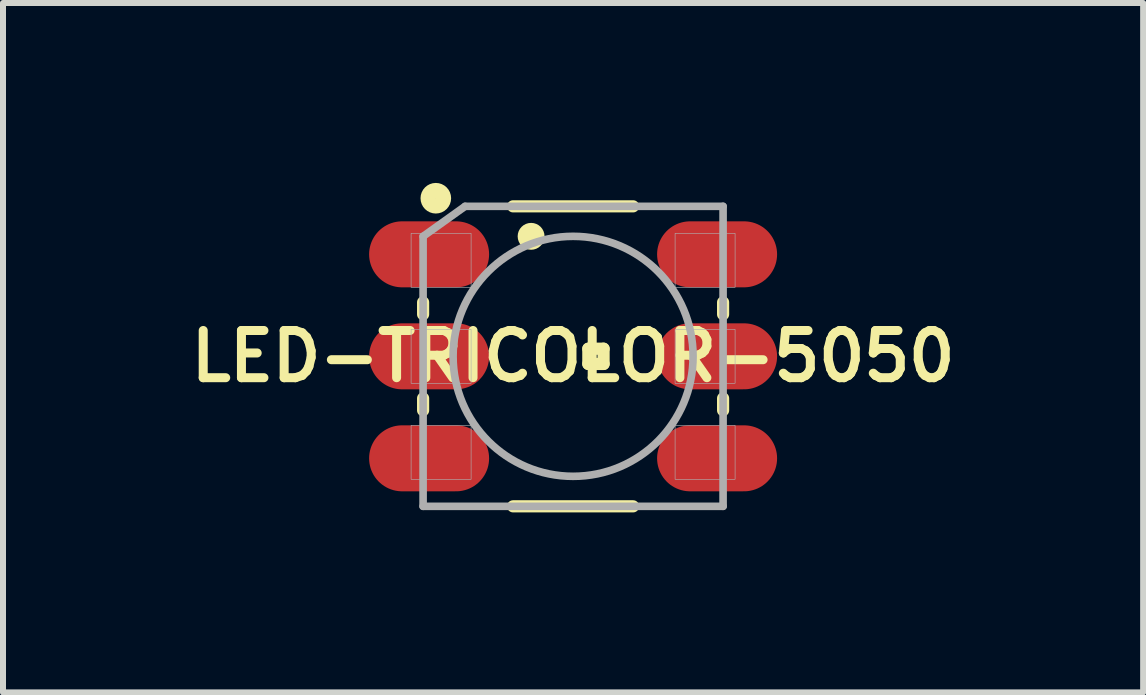
<source format=kicad_pcb>
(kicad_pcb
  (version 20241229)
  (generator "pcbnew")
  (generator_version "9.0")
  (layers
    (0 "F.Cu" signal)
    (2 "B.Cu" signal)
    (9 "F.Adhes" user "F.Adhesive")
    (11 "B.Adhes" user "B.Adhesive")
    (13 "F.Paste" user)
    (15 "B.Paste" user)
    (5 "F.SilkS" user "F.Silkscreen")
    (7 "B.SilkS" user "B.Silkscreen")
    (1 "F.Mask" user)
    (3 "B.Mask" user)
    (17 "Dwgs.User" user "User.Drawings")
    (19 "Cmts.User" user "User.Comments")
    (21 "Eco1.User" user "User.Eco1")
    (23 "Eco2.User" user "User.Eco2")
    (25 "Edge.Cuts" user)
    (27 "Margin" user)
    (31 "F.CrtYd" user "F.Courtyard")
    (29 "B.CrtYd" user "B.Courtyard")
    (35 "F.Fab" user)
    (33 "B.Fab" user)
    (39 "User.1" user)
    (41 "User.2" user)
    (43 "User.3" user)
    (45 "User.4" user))
  (footprint "LED-TRICOLOR-5050"
    (layer "F.Cu")
    (at 6.502 2.889)
    (property "Reference" "LED-TRICOLOR-5050" (at 0 0 0) (layer "F.SilkS") (effects (font (size 0.787 0.787) (thickness 0.15))))
    (attr smd)
    (fp_line (start -2.5 -0.7) (end -2.5 -0.9) (stroke (width 0.203) (type solid)) (layer "F.SilkS"))
    (fp_line (start -2.5 0.9) (end -2.5 0.7) (stroke (width 0.203) (type solid)) (layer "F.SilkS"))
    (fp_line (start -1 -2.5) (end 1 -2.5) (stroke (width 0.203) (type solid)) (layer "F.SilkS"))
    (fp_line (start -1 2.5) (end 1 2.5) (stroke (width 0.203) (type solid)) (layer "F.SilkS"))
    (fp_line (start 0.254 -0.127) (end 0.508 -0.127) (stroke (width 0.203) (type solid)) (layer "F.SilkS"))
    (fp_line (start 0.254 0.127) (end 0.254 -0.127) (stroke (width 0.203) (type solid)) (layer "F.SilkS"))
    (fp_line (start 0.508 -0.127) (end 0.508 0.127) (stroke (width 0.203) (type solid)) (layer "F.SilkS"))
    (fp_line (start 0.508 0.127) (end 0.254 0.127) (stroke (width 0.203) (type solid)) (layer "F.SilkS"))
    (fp_line (start 2.5 -0.7) (end 2.5 -0.9) (stroke (width 0.203) (type solid)) (layer "F.SilkS"))
    (fp_line (start 2.5 0.9) (end 2.5 0.7) (stroke (width 0.203) (type solid)) (layer "F.SilkS"))
    (fp_circle (center -2.288 -2.635) (end -2.16 -2.635) (stroke (width 0.254) (type solid)) (fill no) (layer "F.SilkS"))
    (fp_circle (center -0.7 -2) (end -0.476 -2) (stroke (width 0) (type solid)) (fill yes) (layer "F.SilkS"))
    (fp_line (start -2.5 -2) (end -1.8 -2.5) (stroke (width 0.127) (type solid)) (layer "F.Fab"))
    (fp_line (start -2.5 2.5) (end -2.5 -2) (stroke (width 0.127) (type solid)) (layer "F.Fab"))
    (fp_line (start -1.8 -2.5) (end 2.5 -2.5) (stroke (width 0.127) (type solid)) (layer "F.Fab"))
    (fp_line (start 2.5 -2.5) (end 2.5 2.5) (stroke (width 0.127) (type solid)) (layer "F.Fab"))
    (fp_line (start 2.5 2.5) (end -2.5 2.5) (stroke (width 0.127) (type solid)) (layer "F.Fab"))
    (fp_circle (center 0 0) (end 2 0) (stroke (width 0.127) (type solid)) (fill no) (layer "F.Fab"))
    (fp_poly (pts (xy -1.7 -1.15) (xy -2.7 -1.15) (xy -2.7 -2.05) (xy -1.7 -2.05)) (stroke (width 0.01) (type solid)) (fill no) (layer "F.Fab"))
    (fp_poly (pts (xy -1.7 0.45) (xy -2.7 0.45) (xy -2.7 -0.45) (xy -1.7 -0.45)) (stroke (width 0.01) (type solid)) (fill no) (layer "F.Fab"))
    (fp_poly (pts (xy -1.7 2.05) (xy -2.7 2.05) (xy -2.7 1.15) (xy -1.7 1.15)) (stroke (width 0.01) (type solid)) (fill no) (layer "F.Fab"))
    (fp_poly (pts (xy 1.7 -2.05) (xy 2.7 -2.05) (xy 2.7 -1.15) (xy 1.7 -1.15)) (stroke (width 0.01) (type solid)) (fill no) (layer "F.Fab"))
    (fp_poly (pts (xy 1.7 -0.45) (xy 2.7 -0.45) (xy 2.7 0.45) (xy 1.7 0.45)) (stroke (width 0.01) (type solid)) (fill no) (layer "F.Fab"))
    (fp_poly (pts (xy 1.7 1.15) (xy 2.7 1.15) (xy 2.7 2.05) (xy 1.7 2.05)) (stroke (width 0.01) (type solid)) (fill no) (layer "F.Fab"))
    (pad "1" smd oval (at -2.4 -1.7) (size 2 1.1) (layers "F.Cu" "F.Mask" "F.Paste"))
    (pad "2" smd oval (at -2.4 0) (size 2 1.1) (layers "F.Cu" "F.Mask" "F.Paste"))
    (pad "3" smd oval (at -2.4 1.7) (size 2 1.1) (layers "F.Cu" "F.Mask" "F.Paste"))
    (pad "4" smd oval (at 2.4 1.7) (size 2 1.1) (layers "F.Cu" "F.Mask" "F.Paste"))
    (pad "5" smd oval (at 2.4 0) (size 2 1.1) (layers "F.Cu" "F.Mask" "F.Paste"))
    (pad "6" smd oval (at 2.4 -1.7) (size 2 1.1) (layers "F.Cu" "F.Mask" "F.Paste")))
  (gr_rect
    (start -3 -3)
    (end 16.003 8.491)
    (stroke (width 0.1) (type default))
    (fill no)
    (layer "Edge.Cuts")))
</source>
